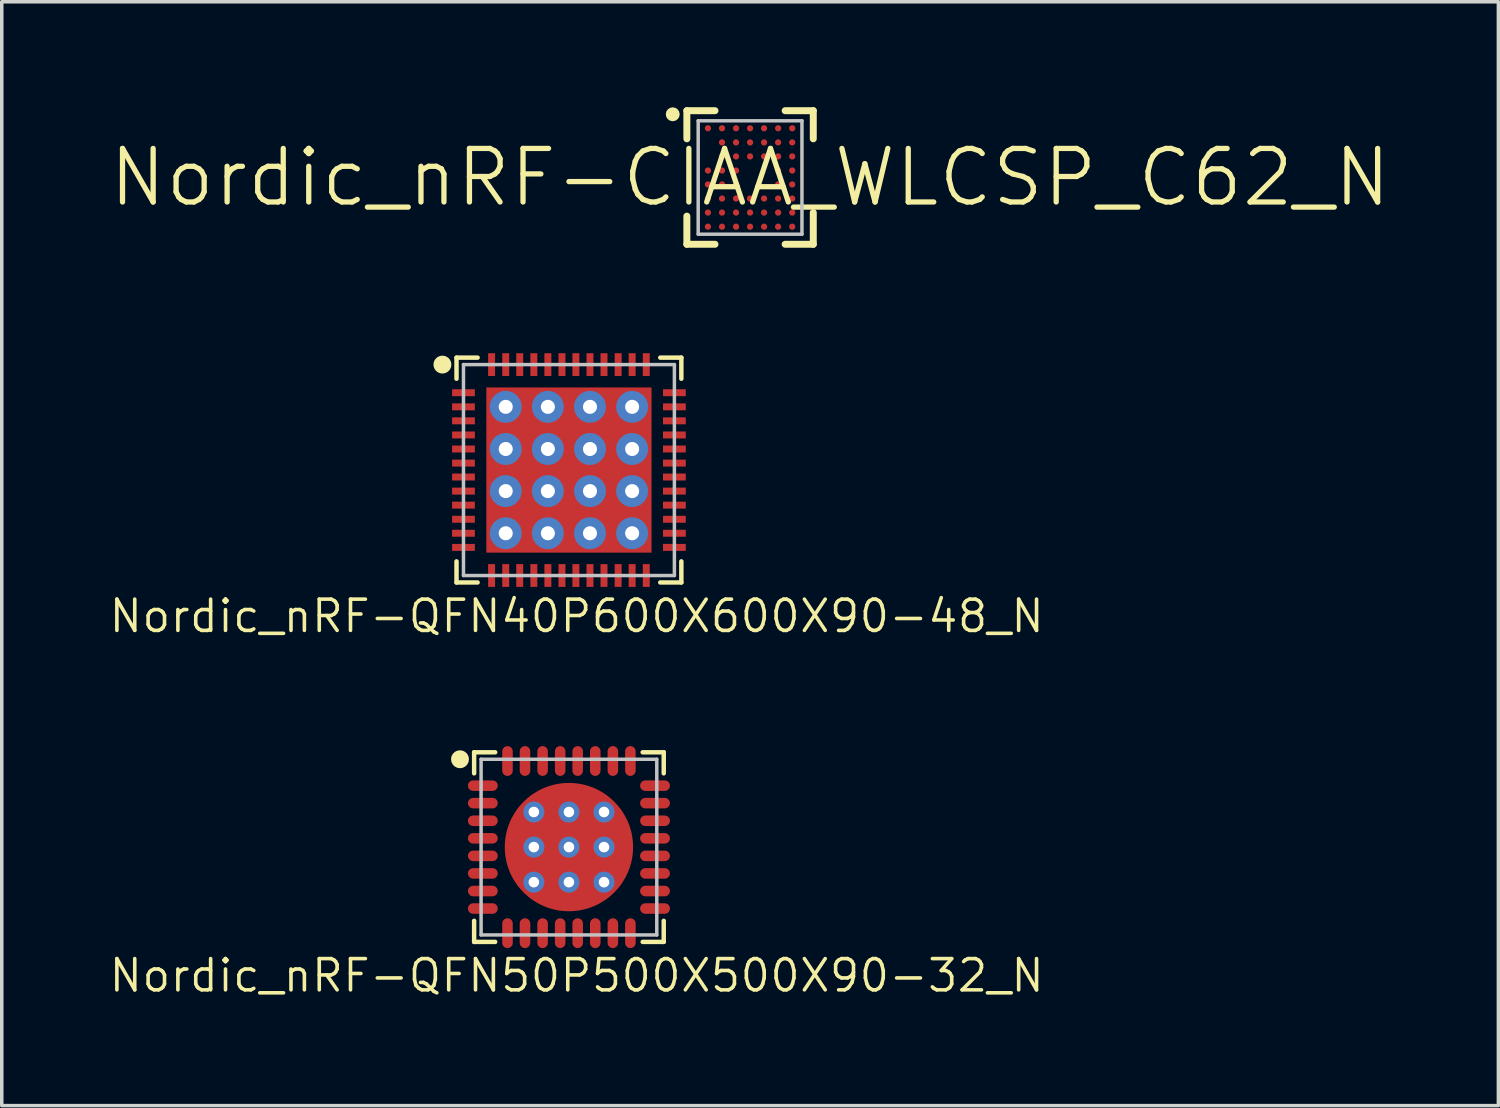
<source format=kicad_pcb>
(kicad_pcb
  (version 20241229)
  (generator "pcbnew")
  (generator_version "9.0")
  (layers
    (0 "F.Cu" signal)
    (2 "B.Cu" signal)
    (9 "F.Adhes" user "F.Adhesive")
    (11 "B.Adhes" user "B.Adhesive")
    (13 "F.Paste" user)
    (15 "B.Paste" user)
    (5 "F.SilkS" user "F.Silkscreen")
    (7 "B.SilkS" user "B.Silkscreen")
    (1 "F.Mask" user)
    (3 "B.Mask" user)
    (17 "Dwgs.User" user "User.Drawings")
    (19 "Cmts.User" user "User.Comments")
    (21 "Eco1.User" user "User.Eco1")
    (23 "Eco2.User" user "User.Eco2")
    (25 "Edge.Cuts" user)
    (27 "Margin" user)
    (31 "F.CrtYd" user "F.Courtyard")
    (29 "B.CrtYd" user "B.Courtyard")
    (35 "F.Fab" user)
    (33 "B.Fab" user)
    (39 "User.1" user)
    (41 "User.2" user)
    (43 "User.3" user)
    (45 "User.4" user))
  (footprint "Nordic_nRF-QFN50P500X500X90-32_N"
    (layer "F.Cu")
    (at 13.135 21.048)
    (property "Reference" "Nordic_nRF-QFN50P500X500X90-32_N" (at 0.221 3.655 0) (layer "F.SilkS") (effects (font (size 0.889 0.889) (thickness 0.102))))
    (attr smd)
    (fp_line (start -2.697 -2.697) (end -2.697 -2.098) (stroke (width 0.127) (type solid)) (layer "F.SilkS"))
    (fp_line (start -2.697 2.098) (end -2.697 2.697) (stroke (width 0.127) (type solid)) (layer "F.SilkS"))
    (fp_line (start -2.697 2.697) (end -2.098 2.697) (stroke (width 0.127) (type solid)) (layer "F.SilkS"))
    (fp_line (start -2.098 -2.697) (end -2.697 -2.697) (stroke (width 0.127) (type solid)) (layer "F.SilkS"))
    (fp_line (start 2.098 2.697) (end 2.697 2.697) (stroke (width 0.127) (type solid)) (layer "F.SilkS"))
    (fp_line (start 2.697 -2.697) (end 2.098 -2.697) (stroke (width 0.127) (type solid)) (layer "F.SilkS"))
    (fp_line (start 2.697 -2.098) (end 2.697 -2.697) (stroke (width 0.127) (type solid)) (layer "F.SilkS"))
    (fp_line (start 2.697 2.697) (end 2.697 2.098) (stroke (width 0.127) (type solid)) (layer "F.SilkS"))
    (fp_circle (center -3.099 -2.499) (end -3.099 -2.753) (stroke (width 0) (type solid)) (fill yes) (layer "F.SilkS"))
    (fp_line (start -2.499 -2.499) (end -2.499 2.499) (stroke (width 0.099) (type solid)) (layer "Dwgs.User"))
    (fp_line (start -2.499 2.499) (end 2.499 2.499) (stroke (width 0.099) (type solid)) (layer "Dwgs.User"))
    (fp_line (start 2.499 -2.499) (end -2.499 -2.499) (stroke (width 0.099) (type solid)) (layer "Dwgs.User"))
    (fp_line (start 2.499 2.499) (end 2.499 -2.499) (stroke (width 0.099) (type solid)) (layer "Dwgs.User"))
    (pad "1" smd oval (at -2.449 -1.748 270) (size 0.3 0.848) (layers "F.Cu" "F.Mask" "F.Paste"))
    (pad "2" smd oval (at -2.449 -1.25 90) (size 0.3 0.848) (layers "F.Cu" "F.Mask" "F.Paste"))
    (pad "3" smd oval (at -2.449 -0.749 90) (size 0.3 0.848) (layers "F.Cu" "F.Mask" "F.Paste"))
    (pad "4" smd oval (at -2.449 -0.249 90) (size 0.3 0.848) (layers "F.Cu" "F.Mask" "F.Paste"))
    (pad "5" smd oval (at -2.449 0.249 90) (size 0.3 0.848) (layers "F.Cu" "F.Mask" "F.Paste"))
    (pad "6" smd oval (at -2.449 0.749 90) (size 0.3 0.848) (layers "F.Cu" "F.Mask" "F.Paste"))
    (pad "7" smd oval (at -2.449 1.25 90) (size 0.3 0.848) (layers "F.Cu" "F.Mask" "F.Paste"))
    (pad "8" smd oval (at -2.449 1.748 90) (size 0.3 0.848) (layers "F.Cu" "F.Mask" "F.Paste"))
    (pad "9" smd oval (at -1.748 2.449 180) (size 0.3 0.848) (layers "F.Cu" "F.Mask" "F.Paste"))
    (pad "10" smd oval (at -1.25 2.449 180) (size 0.3 0.848) (layers "F.Cu" "F.Mask" "F.Paste"))
    (pad "11" smd oval (at -0.749 2.449 180) (size 0.3 0.848) (layers "F.Cu" "F.Mask" "F.Paste"))
    (pad "12" smd oval (at -0.249 2.449 180) (size 0.3 0.848) (layers "F.Cu" "F.Mask" "F.Paste"))
    (pad "13" smd oval (at 0.249 2.449 180) (size 0.3 0.848) (layers "F.Cu" "F.Mask" "F.Paste"))
    (pad "14" smd oval (at 0.749 2.449 180) (size 0.3 0.848) (layers "F.Cu" "F.Mask" "F.Paste"))
    (pad "15" smd oval (at 1.25 2.449 180) (size 0.3 0.848) (layers "F.Cu" "F.Mask" "F.Paste"))
    (pad "16" smd oval (at 1.748 2.449 180) (size 0.3 0.848) (layers "F.Cu" "F.Mask" "F.Paste"))
    (pad "17" smd oval (at 2.449 1.748 270) (size 0.3 0.848) (layers "F.Cu" "F.Mask" "F.Paste"))
    (pad "18" smd oval (at 2.449 1.25 270) (size 0.3 0.848) (layers "F.Cu" "F.Mask" "F.Paste"))
    (pad "19" smd oval (at 2.449 0.749 270) (size 0.3 0.848) (layers "F.Cu" "F.Mask" "F.Paste"))
    (pad "20" smd oval (at 2.449 0.249 270) (size 0.3 0.848) (layers "F.Cu" "F.Mask" "F.Paste"))
    (pad "21" smd oval (at 2.449 -0.249 270) (size 0.3 0.848) (layers "F.Cu" "F.Mask" "F.Paste"))
    (pad "22" smd oval (at 2.449 -0.749 270) (size 0.3 0.848) (layers "F.Cu" "F.Mask" "F.Paste"))
    (pad "23" smd oval (at 2.449 -1.25 270) (size 0.3 0.848) (layers "F.Cu" "F.Mask" "F.Paste"))
    (pad "24" smd oval (at 2.449 -1.748 270) (size 0.3 0.848) (layers "F.Cu" "F.Mask" "F.Paste"))
    (pad "25" smd oval (at 1.748 -2.449) (size 0.3 0.848) (layers "F.Cu" "F.Mask" "F.Paste"))
    (pad "26" smd oval (at 1.25 -2.449) (size 0.3 0.848) (layers "F.Cu" "F.Mask" "F.Paste"))
    (pad "27" smd oval (at 0.749 -2.449) (size 0.3 0.848) (layers "F.Cu" "F.Mask" "F.Paste"))
    (pad "28" smd oval (at 0.249 -2.449) (size 0.3 0.848) (layers "F.Cu" "F.Mask" "F.Paste"))
    (pad "29" smd oval (at -0.249 -2.449) (size 0.3 0.848) (layers "F.Cu" "F.Mask" "F.Paste"))
    (pad "30" smd oval (at -0.749 -2.449) (size 0.3 0.848) (layers "F.Cu" "F.Mask" "F.Paste"))
    (pad "31" smd oval (at -1.25 -2.449) (size 0.3 0.848) (layers "F.Cu" "F.Mask" "F.Paste"))
    (pad "32" smd oval (at -1.748 -2.449) (size 0.3 0.848) (layers "F.Cu" "F.Mask" "F.Paste"))
    (pad "33" thru_hole circle (at -0.998 -0.998) (size 0.599 0.599) (drill 0.3) (layers "*.Cu" "B.Mask"))
    (pad "33" thru_hole circle (at -0.998 0) (size 0.599 0.599) (drill 0.3) (layers "*.Cu" "B.Mask"))
    (pad "33" thru_hole circle (at -0.998 0.998) (size 0.599 0.599) (drill 0.3) (layers "*.Cu" "B.Mask"))
    (pad "33" thru_hole circle (at 0 -0.998) (size 0.599 0.599) (drill 0.3) (layers "*.Cu" "B.Mask"))
    (pad "33" thru_hole circle (at 0 0) (size 0.599 0.599) (drill 0.3) (layers "*.Cu" "B.Mask"))
    (pad "33" smd oval (at 0 0) (size 3.65 3.65) (layers "F.Cu" "F.Mask" "F.Paste"))
    (pad "33" thru_hole circle (at 0 0.998) (size 0.599 0.599) (drill 0.3) (layers "*.Cu" "B.Mask"))
    (pad "33" thru_hole circle (at 0.998 -0.998) (size 0.599 0.599) (drill 0.3) (layers "*.Cu" "B.Mask"))
    (pad "33" thru_hole circle (at 0.998 0) (size 0.599 0.599) (drill 0.3) (layers "*.Cu" "B.Mask"))
    (pad "33" thru_hole circle (at 0.998 0.998) (size 0.599 0.599) (drill 0.3) (layers "*.Cu" "B.Mask")))
  (footprint "Nordic_nRF-CIAA_WLCSP_C62_N"
    (layer "F.Cu")
    (at 18.288 1.999)
    (property "Reference" "Nordic_nRF-CIAA_WLCSP_C62_N" (at 0 0 0) (layer "F.SilkS") (effects (font (size 1.524 1.524) (thickness 0.15))))
    (attr smd)
    (fp_line (start -1.798 -1.9) (end -1.798 -1.1) (stroke (width 0.198) (type solid)) (layer "F.SilkS"))
    (fp_line (start -1.798 1.9) (end -1.798 1.1) (stroke (width 0.198) (type solid)) (layer "F.SilkS"))
    (fp_line (start -0.998 -1.9) (end -1.798 -1.9) (stroke (width 0.198) (type solid)) (layer "F.SilkS"))
    (fp_line (start -0.998 1.9) (end -1.798 1.9) (stroke (width 0.198) (type solid)) (layer "F.SilkS"))
    (fp_line (start 0.998 1.9) (end 1.798 1.9) (stroke (width 0.198) (type solid)) (layer "F.SilkS"))
    (fp_line (start 1.798 -1.9) (end 0.998 -1.9) (stroke (width 0.198) (type solid)) (layer "F.SilkS"))
    (fp_line (start 1.798 -1.9) (end 1.798 -1.1) (stroke (width 0.198) (type solid)) (layer "F.SilkS"))
    (fp_line (start 1.798 1.9) (end 1.798 0.998) (stroke (width 0.198) (type solid)) (layer "F.SilkS"))
    (fp_circle (center -2.2 -1.798) (end -2.2 -1.897) (stroke (width 0.198) (type solid)) (fill no) (layer "F.SilkS"))
    (fp_line (start -1.476 -1.613) (end -1.476 1.613) (stroke (width 0.099) (type solid)) (layer "Dwgs.User"))
    (fp_line (start -1.476 1.613) (end 1.476 1.613) (stroke (width 0.099) (type solid)) (layer "Dwgs.User"))
    (fp_line (start 1.476 -1.613) (end -1.476 -1.613) (stroke (width 0.099) (type solid)) (layer "Dwgs.User"))
    (fp_line (start 1.476 1.613) (end 1.476 -1.613) (stroke (width 0.099) (type solid)) (layer "Dwgs.User"))
    (pad "P$A1" smd circle (at -1.199 -1.4) (size 0.178 0.178) (layers "F.Cu" "F.Mask" "F.Paste"))
    (pad "P$A2" smd circle (at -0.798 -1.4) (size 0.178 0.178) (layers "F.Cu" "F.Mask" "F.Paste"))
    (pad "P$A3" smd circle (at -0.399 -1.4) (size 0.178 0.178) (layers "F.Cu" "F.Mask" "F.Paste"))
    (pad "P$A4" smd circle (at 0 -1.4) (size 0.178 0.178) (layers "F.Cu" "F.Mask" "F.Paste"))
    (pad "P$A5" smd circle (at 0.399 -1.4) (size 0.178 0.178) (layers "F.Cu" "F.Mask" "F.Paste"))
    (pad "P$A6" smd circle (at 0.798 -1.4) (size 0.178 0.178) (layers "F.Cu" "F.Mask" "F.Paste"))
    (pad "P$A7" smd circle (at 1.199 -1.4) (size 0.178 0.178) (layers "F.Cu" "F.Mask" "F.Paste"))
    (pad "P$B2" smd circle (at -0.798 -0.998) (size 0.178 0.178) (layers "F.Cu" "F.Mask" "F.Paste"))
    (pad "P$B3" smd circle (at -0.399 -0.998) (size 0.178 0.178) (layers "F.Cu" "F.Mask" "F.Paste"))
    (pad "P$B4" smd circle (at 0 -0.998) (size 0.178 0.178) (layers "F.Cu" "F.Mask" "F.Paste"))
    (pad "P$B5" smd circle (at 0.399 -0.998) (size 0.178 0.178) (layers "F.Cu" "F.Mask" "F.Paste"))
    (pad "P$B6" smd circle (at 0.798 -0.998) (size 0.178 0.178) (layers "F.Cu" "F.Mask" "F.Paste"))
    (pad "P$B7" smd circle (at 1.199 -0.998) (size 0.178 0.178) (layers "F.Cu" "F.Mask" "F.Paste"))
    (pad "P$C2" smd circle (at -0.798 -0.599) (size 0.178 0.178) (layers "F.Cu" "F.Mask" "F.Paste"))
    (pad "P$C3" smd circle (at -0.399 -0.599) (size 0.178 0.178) (layers "F.Cu" "F.Mask" "F.Paste"))
    (pad "P$C4" smd circle (at 0 -0.599) (size 0.178 0.178) (layers "F.Cu" "F.Mask" "F.Paste"))
    (pad "P$C5" smd circle (at 0.399 -0.599) (size 0.178 0.178) (layers "F.Cu" "F.Mask" "F.Paste"))
    (pad "P$C6" smd circle (at 0.798 -0.599) (size 0.178 0.178) (layers "F.Cu" "F.Mask" "F.Paste"))
    (pad "P$C7" smd circle (at 1.199 -0.599) (size 0.178 0.178) (layers "F.Cu" "F.Mask" "F.Paste"))
    (pad "P$D1" smd circle (at -1.199 -0.198) (size 0.178 0.178) (layers "F.Cu" "F.Mask" "F.Paste"))
    (pad "P$D2" smd circle (at -0.798 -0.198) (size 0.178 0.178) (layers "F.Cu" "F.Mask" "F.Paste"))
    (pad "P$D3" smd circle (at -0.399 -0.198) (size 0.178 0.178) (layers "F.Cu" "F.Mask" "F.Paste"))
    (pad "P$D6" smd circle (at 0.798 -0.198) (size 0.178 0.178) (layers "F.Cu" "F.Mask" "F.Paste"))
    (pad "P$D7" smd circle (at 1.199 -0.198) (size 0.178 0.178) (layers "F.Cu" "F.Mask" "F.Paste"))
    (pad "P$E1" smd circle (at -1.199 0.198) (size 0.178 0.178) (layers "F.Cu" "F.Mask" "F.Paste"))
    (pad "P$E2" smd circle (at -0.798 0.198) (size 0.178 0.178) (layers "F.Cu" "F.Mask" "F.Paste"))
    (pad "P$E3" smd circle (at -0.399 0.198) (size 0.178 0.178) (layers "F.Cu" "F.Mask" "F.Paste"))
    (pad "P$E6" smd circle (at 0.798 0.198) (size 0.178 0.178) (layers "F.Cu" "F.Mask" "F.Paste"))
    (pad "P$E7" smd circle (at 1.199 0.198) (size 0.178 0.178) (layers "F.Cu" "F.Mask" "F.Paste"))
    (pad "P$F1" smd circle (at -1.199 0.599) (size 0.178 0.178) (layers "F.Cu" "F.Mask" "F.Paste"))
    (pad "P$F2" smd circle (at -0.798 0.599) (size 0.178 0.178) (layers "F.Cu" "F.Mask" "F.Paste"))
    (pad "P$F3" smd circle (at -0.399 0.599) (size 0.178 0.178) (layers "F.Cu" "F.Mask" "F.Paste"))
    (pad "P$F4" smd circle (at 0 0.599) (size 0.178 0.178) (layers "F.Cu" "F.Mask" "F.Paste"))
    (pad "P$F5" smd circle (at 0.399 0.599) (size 0.178 0.178) (layers "F.Cu" "F.Mask" "F.Paste"))
    (pad "P$F6" smd circle (at 0.798 0.599) (size 0.178 0.178) (layers "F.Cu" "F.Mask" "F.Paste"))
    (pad "P$F7" smd circle (at 1.199 0.599) (size 0.178 0.178) (layers "F.Cu" "F.Mask" "F.Paste"))
    (pad "P$G1" smd circle (at -1.199 0.998) (size 0.178 0.178) (layers "F.Cu" "F.Mask" "F.Paste"))
    (pad "P$G2" smd circle (at -0.798 0.998) (size 0.178 0.178) (layers "F.Cu" "F.Mask" "F.Paste"))
    (pad "P$G3" smd circle (at -0.399 0.998) (size 0.178 0.178) (layers "F.Cu" "F.Mask" "F.Paste"))
    (pad "P$G4" smd circle (at 0 0.998) (size 0.178 0.178) (layers "F.Cu" "F.Mask" "F.Paste"))
    (pad "P$G5" smd circle (at 0.399 0.998) (size 0.178 0.178) (layers "F.Cu" "F.Mask" "F.Paste"))
    (pad "P$G6" smd circle (at 0.798 0.998) (size 0.178 0.178) (layers "F.Cu" "F.Mask" "F.Paste"))
    (pad "P$G7" smd circle (at 1.199 0.998) (size 0.178 0.178) (layers "F.Cu" "F.Mask" "F.Paste"))
    (pad "P$H1" smd circle (at -1.199 1.4) (size 0.178 0.178) (layers "F.Cu" "F.Mask" "F.Paste"))
    (pad "P$H2" smd circle (at -0.798 1.4) (size 0.178 0.178) (layers "F.Cu" "F.Mask" "F.Paste"))
    (pad "P$H3" smd circle (at -0.399 1.4) (size 0.178 0.178) (layers "F.Cu" "F.Mask" "F.Paste"))
    (pad "P$H4" smd circle (at 0 1.4) (size 0.178 0.178) (layers "F.Cu" "F.Mask" "F.Paste"))
    (pad "P$H5" smd circle (at 0.399 1.4) (size 0.178 0.178) (layers "F.Cu" "F.Mask" "F.Paste"))
    (pad "P$H6" smd circle (at 0.798 1.4) (size 0.178 0.178) (layers "F.Cu" "F.Mask" "F.Paste"))
    (pad "P$H7" smd circle (at 1.199 1.4) (size 0.178 0.178) (layers "F.Cu" "F.Mask" "F.Paste")))
  (footprint "Nordic_nRF-QFN40P600X600X90-48_N"
    (layer "F.Cu")
    (at 13.135 10.322)
    (property "Reference" "Nordic_nRF-QFN40P600X600X90-48_N" (at 0.221 4.155 0) (layer "F.SilkS") (effects (font (size 0.889 0.889) (thickness 0.102))))
    (attr smd)
    (fp_line (start -3.198 -3.198) (end -3.198 -2.598) (stroke (width 0.127) (type solid)) (layer "F.SilkS"))
    (fp_line (start -3.198 2.598) (end -3.198 3.198) (stroke (width 0.127) (type solid)) (layer "F.SilkS"))
    (fp_line (start -3.198 3.198) (end -2.598 3.198) (stroke (width 0.127) (type solid)) (layer "F.SilkS"))
    (fp_line (start -2.598 -3.198) (end -3.198 -3.198) (stroke (width 0.127) (type solid)) (layer "F.SilkS"))
    (fp_line (start 2.598 3.198) (end 3.198 3.198) (stroke (width 0.127) (type solid)) (layer "F.SilkS"))
    (fp_line (start 3.198 -3.198) (end 2.598 -3.198) (stroke (width 0.127) (type solid)) (layer "F.SilkS"))
    (fp_line (start 3.198 -2.598) (end 3.198 -3.198) (stroke (width 0.127) (type solid)) (layer "F.SilkS"))
    (fp_line (start 3.198 3.198) (end 3.198 2.598) (stroke (width 0.127) (type solid)) (layer "F.SilkS"))
    (fp_circle (center -3.599 -3) (end -3.599 -3.254) (stroke (width 0) (type solid)) (fill yes) (layer "F.SilkS"))
    (fp_line (start -3 -3) (end -3 3) (stroke (width 0.099) (type solid)) (layer "Dwgs.User"))
    (fp_line (start -3 3) (end 3 3) (stroke (width 0.099) (type solid)) (layer "Dwgs.User"))
    (fp_line (start 3 -3) (end -3 -3) (stroke (width 0.099) (type solid)) (layer "Dwgs.User"))
    (fp_line (start 3 3) (end 3 -3) (stroke (width 0.099) (type solid)) (layer "Dwgs.User"))
    (pad "1" smd rect (at -3 -2.2) (size 0.648 0.198) (layers "F.Cu" "F.Mask" "F.Paste"))
    (pad "2" smd rect (at -3 -1.798) (size 0.648 0.198) (layers "F.Cu" "F.Mask" "F.Paste"))
    (pad "3" smd rect (at -3 -1.4) (size 0.648 0.198) (layers "F.Cu" "F.Mask" "F.Paste"))
    (pad "4" smd rect (at -3 -0.998) (size 0.648 0.198) (layers "F.Cu" "F.Mask" "F.Paste"))
    (pad "5" smd rect (at -3 -0.599) (size 0.648 0.198) (layers "F.Cu" "F.Mask" "F.Paste"))
    (pad "6" smd rect (at -3 -0.198) (size 0.648 0.198) (layers "F.Cu" "F.Mask" "F.Paste"))
    (pad "7" smd rect (at -3 0.198) (size 0.648 0.198) (layers "F.Cu" "F.Mask" "F.Paste"))
    (pad "8" smd rect (at -3 0.599) (size 0.648 0.198) (layers "F.Cu" "F.Mask" "F.Paste"))
    (pad "9" smd rect (at -3 0.998) (size 0.648 0.198) (layers "F.Cu" "F.Mask" "F.Paste"))
    (pad "10" smd rect (at -3 1.4) (size 0.648 0.198) (layers "F.Cu" "F.Mask" "F.Paste"))
    (pad "11" smd rect (at -3 1.798) (size 0.648 0.198) (layers "F.Cu" "F.Mask" "F.Paste"))
    (pad "12" smd rect (at -3 2.2) (size 0.648 0.198) (layers "F.Cu" "F.Mask" "F.Paste"))
    (pad "13" smd rect (at -2.2 3 90) (size 0.648 0.198) (layers "F.Cu" "F.Mask" "F.Paste"))
    (pad "14" smd rect (at -1.798 3 90) (size 0.648 0.198) (layers "F.Cu" "F.Mask" "F.Paste"))
    (pad "15" smd rect (at -1.4 3 90) (size 0.648 0.198) (layers "F.Cu" "F.Mask" "F.Paste"))
    (pad "16" smd rect (at -0.998 3 90) (size 0.648 0.198) (layers "F.Cu" "F.Mask" "F.Paste"))
    (pad "17" smd rect (at -0.599 3 90) (size 0.648 0.198) (layers "F.Cu" "F.Mask" "F.Paste"))
    (pad "18" smd rect (at -0.198 3 90) (size 0.648 0.198) (layers "F.Cu" "F.Mask" "F.Paste"))
    (pad "19" smd rect (at 0.198 3 90) (size 0.648 0.198) (layers "F.Cu" "F.Mask" "F.Paste"))
    (pad "20" smd rect (at 0.599 3 90) (size 0.648 0.198) (layers "F.Cu" "F.Mask" "F.Paste"))
    (pad "21" smd rect (at 0.998 3 90) (size 0.648 0.198) (layers "F.Cu" "F.Mask" "F.Paste"))
    (pad "22" smd rect (at 1.4 3 90) (size 0.648 0.198) (layers "F.Cu" "F.Mask" "F.Paste"))
    (pad "23" smd rect (at 1.798 3 90) (size 0.648 0.198) (layers "F.Cu" "F.Mask" "F.Paste"))
    (pad "24" smd rect (at 2.2 3 90) (size 0.648 0.198) (layers "F.Cu" "F.Mask" "F.Paste"))
    (pad "25" smd rect (at 3 2.2 180) (size 0.648 0.198) (layers "F.Cu" "F.Mask" "F.Paste"))
    (pad "26" smd rect (at 3 1.798 180) (size 0.648 0.198) (layers "F.Cu" "F.Mask" "F.Paste"))
    (pad "27" smd rect (at 3 1.4 180) (size 0.648 0.198) (layers "F.Cu" "F.Mask" "F.Paste"))
    (pad "28" smd rect (at 3 0.998 180) (size 0.648 0.198) (layers "F.Cu" "F.Mask" "F.Paste"))
    (pad "29" smd rect (at 3 0.599 180) (size 0.648 0.198) (layers "F.Cu" "F.Mask" "F.Paste"))
    (pad "30" smd rect (at 3 0.198 180) (size 0.648 0.198) (layers "F.Cu" "F.Mask" "F.Paste"))
    (pad "31" smd rect (at 3 -0.198 180) (size 0.648 0.198) (layers "F.Cu" "F.Mask" "F.Paste"))
    (pad "32" smd rect (at 3 -0.599 180) (size 0.648 0.198) (layers "F.Cu" "F.Mask" "F.Paste"))
    (pad "33" smd rect (at 3 -0.998 180) (size 0.648 0.198) (layers "F.Cu" "F.Mask" "F.Paste"))
    (pad "34" smd rect (at 3 -1.4 180) (size 0.648 0.198) (layers "F.Cu" "F.Mask" "F.Paste"))
    (pad "35" smd rect (at 3 -1.798 180) (size 0.648 0.198) (layers "F.Cu" "F.Mask" "F.Paste"))
    (pad "36" smd rect (at 3 -2.2 180) (size 0.648 0.198) (layers "F.Cu" "F.Mask" "F.Paste"))
    (pad "37" smd rect (at 2.2 -3 270) (size 0.648 0.198) (layers "F.Cu" "F.Mask" "F.Paste"))
    (pad "38" smd rect (at 1.798 -3 270) (size 0.648 0.198) (layers "F.Cu" "F.Mask" "F.Paste"))
    (pad "39" smd rect (at 1.4 -3 270) (size 0.648 0.198) (layers "F.Cu" "F.Mask" "F.Paste"))
    (pad "40" smd rect (at 0.998 -3 270) (size 0.648 0.198) (layers "F.Cu" "F.Mask" "F.Paste"))
    (pad "41" smd rect (at 0.599 -3 270) (size 0.648 0.198) (layers "F.Cu" "F.Mask" "F.Paste"))
    (pad "42" smd rect (at 0.198 -3 270) (size 0.648 0.198) (layers "F.Cu" "F.Mask" "F.Paste"))
    (pad "43" smd rect (at -0.198 -3 270) (size 0.648 0.198) (layers "F.Cu" "F.Mask" "F.Paste"))
    (pad "44" smd rect (at -0.599 -3 270) (size 0.648 0.198) (layers "F.Cu" "F.Mask" "F.Paste"))
    (pad "45" smd rect (at -0.998 -3 270) (size 0.648 0.198) (layers "F.Cu" "F.Mask" "F.Paste"))
    (pad "46" smd rect (at -1.4 -3 270) (size 0.648 0.198) (layers "F.Cu" "F.Mask" "F.Paste"))
    (pad "47" smd rect (at -1.798 -3 270) (size 0.648 0.198) (layers "F.Cu" "F.Mask" "F.Paste"))
    (pad "48" smd rect (at -2.2 -3 270) (size 0.648 0.198) (layers "F.Cu" "F.Mask" "F.Paste"))
    (pad "PAD" smd rect (at 0 0 270) (size 4.699 4.699) (layers "F.Cu" "F.Mask" "F.Paste"))
    (pad "PAD@" thru_hole circle (at -1.798 -1.798 270) (size 0.907 0.907) (drill 0.399) (layers "*.Cu" "*.Paste" "*.Mask"))
    (pad "PAD@" thru_hole circle (at -1.798 -0.599 270) (size 0.907 0.907) (drill 0.399) (layers "*.Cu" "*.Paste" "*.Mask"))
    (pad "PAD@" thru_hole circle (at -1.798 0.599 270) (size 0.907 0.907) (drill 0.399) (layers "*.Cu" "*.Paste" "*.Mask"))
    (pad "PAD@" thru_hole circle (at -1.798 1.798 270) (size 0.907 0.907) (drill 0.399) (layers "*.Cu" "*.Paste" "*.Mask"))
    (pad "PAD@" thru_hole circle (at -0.599 -1.798 270) (size 0.907 0.907) (drill 0.399) (layers "*.Cu" "*.Paste" "*.Mask"))
    (pad "PAD@" thru_hole circle (at -0.599 -0.599 270) (size 0.907 0.907) (drill 0.399) (layers "*.Cu" "*.Paste" "*.Mask"))
    (pad "PAD@" thru_hole circle (at -0.599 0.599 270) (size 0.907 0.907) (drill 0.399) (layers "*.Cu" "*.Paste" "*.Mask"))
    (pad "PAD@" thru_hole circle (at -0.599 1.798 270) (size 0.907 0.907) (drill 0.399) (layers "*.Cu" "*.Paste" "*.Mask"))
    (pad "PAD@" thru_hole circle (at 0.599 -1.798 270) (size 0.907 0.907) (drill 0.399) (layers "*.Cu" "*.Paste" "*.Mask"))
    (pad "PAD@" thru_hole circle (at 0.599 -0.599 270) (size 0.907 0.907) (drill 0.399) (layers "*.Cu" "*.Paste" "*.Mask"))
    (pad "PAD@" thru_hole circle (at 0.599 0.599 270) (size 0.907 0.907) (drill 0.399) (layers "*.Cu" "*.Paste" "*.Mask"))
    (pad "PAD@" thru_hole circle (at 0.599 1.798 270) (size 0.907 0.907) (drill 0.399) (layers "*.Cu" "*.Paste" "*.Mask"))
    (pad "PAD@" thru_hole circle (at 1.798 -1.798 270) (size 0.907 0.907) (drill 0.399) (layers "*.Cu" "*.Paste" "*.Mask"))
    (pad "PAD@" thru_hole circle (at 1.798 -0.599 270) (size 0.907 0.907) (drill 0.399) (layers "*.Cu" "*.Paste" "*.Mask"))
    (pad "PAD@" thru_hole circle (at 1.798 0.599 270) (size 0.907 0.907) (drill 0.399) (layers "*.Cu" "*.Paste" "*.Mask"))
    (pad "PAD@" thru_hole circle (at 1.798 1.798 270) (size 0.907 0.907) (drill 0.399) (layers "*.Cu" "*.Paste" "*.Mask")))
  (gr_rect
    (start -3 -3)
    (end 39.576 28.402)
    (stroke (width 0.1) (type default))
    (fill no)
    (layer "Edge.Cuts")))
</source>
